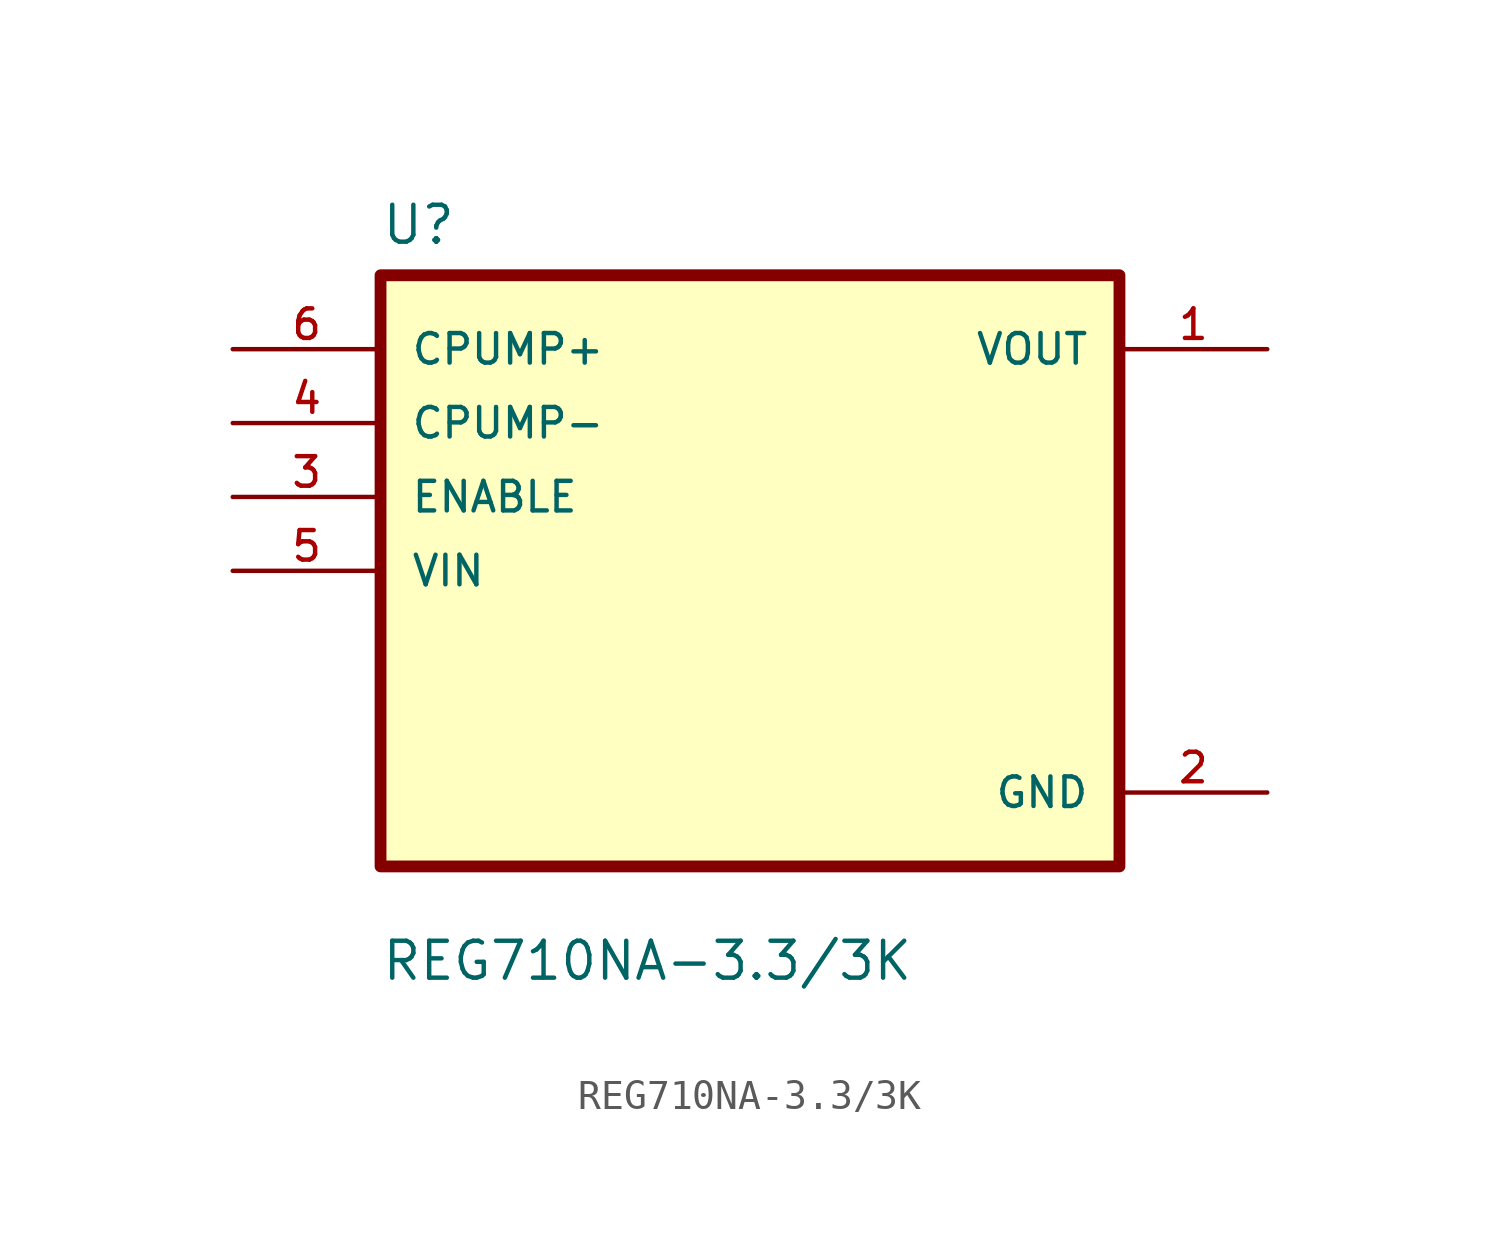
<source format=kicad_sym>
(kicad_symbol_lib
  (version 20220914)
  (generator kicad_symbol_editor)
  (symbol "REG710NA-3.3/3K"
    (pin_names
      (offset 1.016))
    (property "Reference" "U"
      (at -12.7 11.151 0)
      (effects (font (size 1.27 1.27)) (justify left bottom)))
    (property "Value" "REG710NA-3.3/3K"
      (at -12.7 -14.148 0)
      (effects (font (size 1.27 1.27)) (justify left bottom)))
    (property "ki_locked" ""
      (at 0 0 0)
      (effects (font (size 1.27 1.27))))
    (symbol "REG710NA-3.3/3K_0_0"
      (rectangle (start -12.7 -10.16) (end 12.7 10.16) (stroke (width 0.406) (type solid)) (fill (type background)))
      (pin output line (at 17.78 7.62 180) (length 5.08) (name "VOUT" (effects (font (size 1.016 1.016)))) (number "1" (effects (font (size 1.016 1.016)))))
      (pin power_in line (at 17.78 -7.62 180) (length 5.08) (name "GND" (effects (font (size 1.016 1.016)))) (number "2" (effects (font (size 1.016 1.016)))))
      (pin input line (at -17.78 2.54 0) (length 5.08) (name "ENABLE" (effects (font (size 1.016 1.016)))) (number "3" (effects (font (size 1.016 1.016)))))
      (pin input line (at -17.78 5.08 0) (length 5.08) (name "CPUMP-" (effects (font (size 1.016 1.016)))) (number "4" (effects (font (size 1.016 1.016)))))
      (pin input line (at -17.78 0 0) (length 5.08) (name "VIN" (effects (font (size 1.016 1.016)))) (number "5" (effects (font (size 1.016 1.016)))))
      (pin input line (at -17.78 7.62 0) (length 5.08) (name "CPUMP+" (effects (font (size 1.016 1.016)))) (number "6" (effects (font (size 1.016 1.016))))))))
</source>
